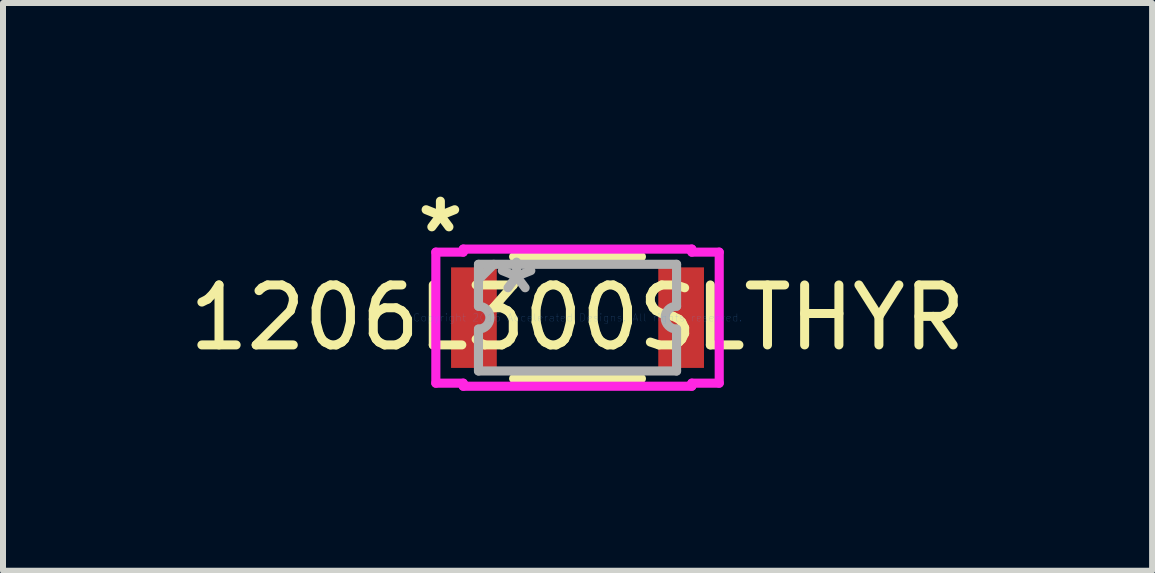
<source format=kicad_pcb>
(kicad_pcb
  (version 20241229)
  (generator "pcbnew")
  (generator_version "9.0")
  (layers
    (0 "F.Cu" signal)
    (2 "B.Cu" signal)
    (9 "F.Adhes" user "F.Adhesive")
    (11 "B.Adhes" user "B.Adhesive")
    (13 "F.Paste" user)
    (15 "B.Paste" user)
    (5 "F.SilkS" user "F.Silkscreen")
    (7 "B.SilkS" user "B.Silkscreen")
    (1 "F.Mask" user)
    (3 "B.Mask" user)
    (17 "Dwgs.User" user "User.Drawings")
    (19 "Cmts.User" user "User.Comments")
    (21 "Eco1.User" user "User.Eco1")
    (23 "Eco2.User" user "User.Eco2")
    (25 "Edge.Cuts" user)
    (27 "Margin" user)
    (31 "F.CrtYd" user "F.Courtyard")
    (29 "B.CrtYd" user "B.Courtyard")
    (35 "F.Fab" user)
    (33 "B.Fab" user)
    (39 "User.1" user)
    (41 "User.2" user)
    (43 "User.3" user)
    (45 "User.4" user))
  (footprint "1206L300SLTHYR"
    (layer "F.Cu")
    (at 6.577 2.245)
    (property "Reference" "1206L300SLTHYR" (at 0 0 0) (layer "F.SilkS") (effects (font (size 1 1) (thickness 0.15))))
    (attr through_hole)
    (fp_line (start -1.065 -1.016) (end 1.065 -1.016) (stroke (width 0.152) (type solid)) (layer "F.SilkS"))
    (fp_line (start -1.065 1.016) (end 1.065 1.016) (stroke (width 0.152) (type solid)) (layer "F.SilkS"))
    (fp_line (start -2.362 -1.092) (end -1.905 -1.092) (stroke (width 0.152) (type solid)) (layer "F.CrtYd"))
    (fp_line (start -2.362 1.092) (end -2.362 -1.092) (stroke (width 0.152) (type solid)) (layer "F.CrtYd"))
    (fp_line (start -2.362 1.092) (end -1.905 1.092) (stroke (width 0.152) (type solid)) (layer "F.CrtYd"))
    (fp_line (start -1.905 -1.143) (end 1.905 -1.143) (stroke (width 0.152) (type solid)) (layer "F.CrtYd"))
    (fp_line (start -1.905 -1.092) (end -1.905 -1.143) (stroke (width 0.152) (type solid)) (layer "F.CrtYd"))
    (fp_line (start -1.905 1.143) (end -1.905 1.092) (stroke (width 0.152) (type solid)) (layer "F.CrtYd"))
    (fp_line (start 1.905 -1.143) (end 1.905 -1.092) (stroke (width 0.152) (type solid)) (layer "F.CrtYd"))
    (fp_line (start 1.905 1.092) (end 1.905 1.143) (stroke (width 0.152) (type solid)) (layer "F.CrtYd"))
    (fp_line (start 1.905 1.143) (end -1.905 1.143) (stroke (width 0.152) (type solid)) (layer "F.CrtYd"))
    (fp_line (start 2.362 -1.092) (end 1.905 -1.092) (stroke (width 0.152) (type solid)) (layer "F.CrtYd"))
    (fp_line (start 2.362 -1.092) (end 2.362 1.092) (stroke (width 0.152) (type solid)) (layer "F.CrtYd"))
    (fp_line (start 2.362 1.092) (end 1.905 1.092) (stroke (width 0.152) (type solid)) (layer "F.CrtYd"))
    (fp_line (start -1.651 -0.889) (end 1.651 -0.889) (stroke (width 0.152) (type solid)) (layer "F.Fab"))
    (fp_line (start -1.651 -0.191) (end -1.651 -0.889) (stroke (width 0.152) (type solid)) (layer "F.Fab"))
    (fp_line (start -1.651 0.191) (end -1.651 0.889) (stroke (width 0.152) (type solid)) (layer "F.Fab"))
    (fp_line (start -1.651 0.889) (end 1.651 0.889) (stroke (width 0.152) (type solid)) (layer "F.Fab"))
    (fp_line (start -1.397 -0.889) (end -1.651 -0.635) (stroke (width 0.152) (type solid)) (layer "F.Fab"))
    (fp_line (start 1.651 -0.191) (end 1.651 -0.889) (stroke (width 0.152) (type solid)) (layer "F.Fab"))
    (fp_line (start 1.651 0.191) (end 1.651 0.889) (stroke (width 0.152) (type solid)) (layer "F.Fab"))
    (fp_arc (start -1.651 -0.1905) (mid -1.4605 0) (end -1.651 0.1905) (stroke (width 0.1524) (type solid)) (layer "F.Fab"))
    (fp_arc (start 1.651 0.1905) (mid 1.4605 0) (end 1.651 -0.1905) (stroke (width 0.1524) (type solid)) (layer "F.Fab"))
    (fp_text user "*" (at -2.286 -1.397 0) (layer "F.SilkS") (effects (font (size 1 1) (thickness 0.15))))
    (fp_text user "Copyright 2016 Accelerated Designs. All rights reserved." (at 0 0 0) (layer "Cmts.User") (effects (font (size 0.127 0.127) (thickness 0.002))))
    (fp_text user "*" (at -1.016 -0.381 0) (layer "F.Fab") (effects (font (size 1 1) (thickness 0.15))))
    (pad "1" smd rect (at -1.727 0) (size 0.762 1.676) (layers "F.Cu" "F.Mask" "F.Paste"))
    (pad "2" smd rect (at 1.727 0) (size 0.762 1.676) (layers "F.Cu" "F.Mask" "F.Paste")))
  (gr_rect
    (start -3 -3)
    (end 16.155 6.464)
    (stroke (width 0.1) (type default))
    (fill no)
    (layer "Edge.Cuts")))
</source>
